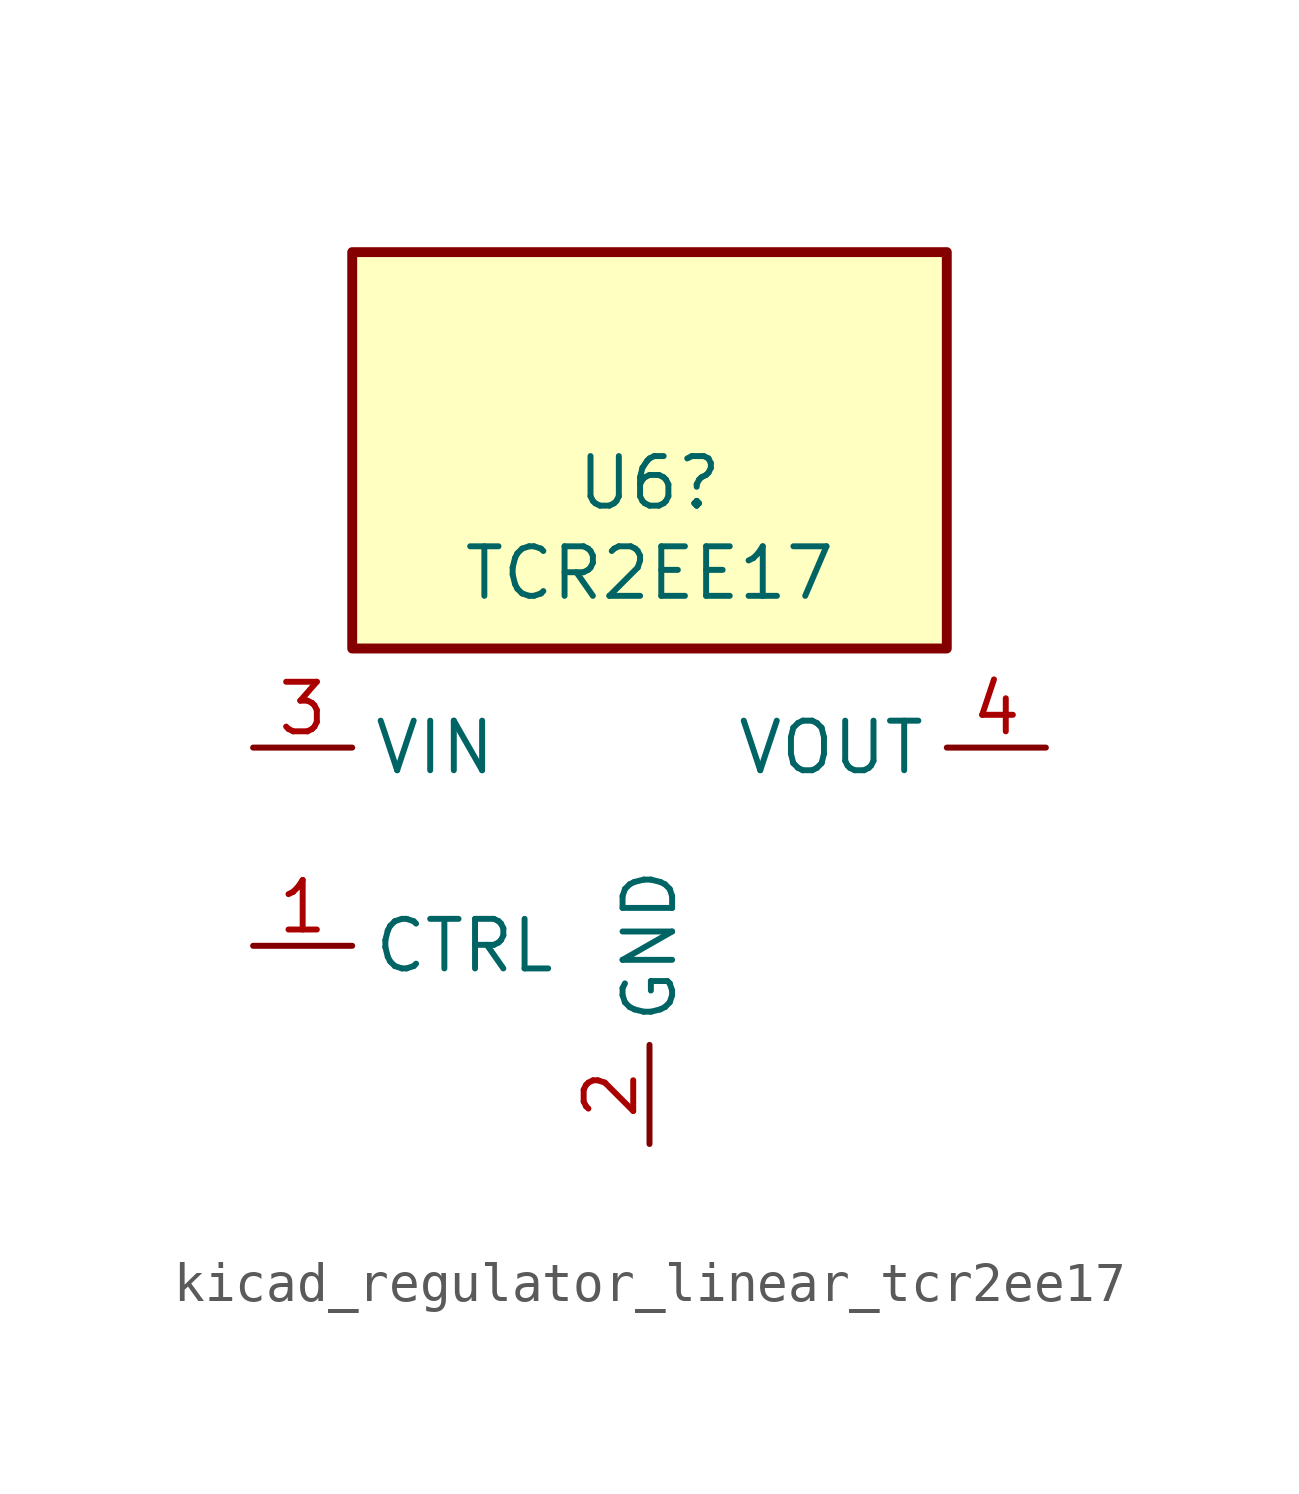
<source format=kicad_sym>
(kicad_symbol_lib
  (version 20220914)
  (generator kicad_symbol_editor)
  (symbol "kicad_regulator_linear_tcr2ee17"
    (property "Reference" "U6"
      (at 0 9.322 0)
      (effects (font (size 1.27 1.27))))
    (property "Value" "TCR2EE17"
      (at 0 7.01 0)
      (effects (font (size 1.27 1.27))))
    (symbol "kicad_regulator_linear_tcr2ee17_0_1"
      (rectangle (start 7.62 15.24) (end -7.62 5.08) (stroke (width 0.254) (type default)) (fill (type background))))
    (symbol "kicad_regulator_linear_tcr2ee17_1_1"
      (pin input line (at -10.16 -2.54 0) (length 2.54) (name "CTRL" (effects (font (size 1.27 1.27)))) (number "1" (effects (font (size 1.27 1.27)))))
      (pin power_in line (at 0 -7.62 90) (length 2.54) (name "GND" (effects (font (size 1.27 1.27)))) (number "2" (effects (font (size 1.27 1.27)))))
      (pin power_in line (at -10.16 2.54 0) (length 2.54) (name "VIN" (effects (font (size 1.27 1.27)))) (number "3" (effects (font (size 1.27 1.27)))))
      (pin power_out line (at 10.16 2.54 180) (length 2.54) (name "VOUT" (effects (font (size 1.27 1.27)))) (number "4" (effects (font (size 1.27 1.27)))))
      (pin no_connect line (at 7.62 -2.54 180) (length 2.54) hide (name "NC" (effects (font (size 1.27 1.27)))) (number "5" (effects (font (size 1.27 1.27))))))))
</source>
